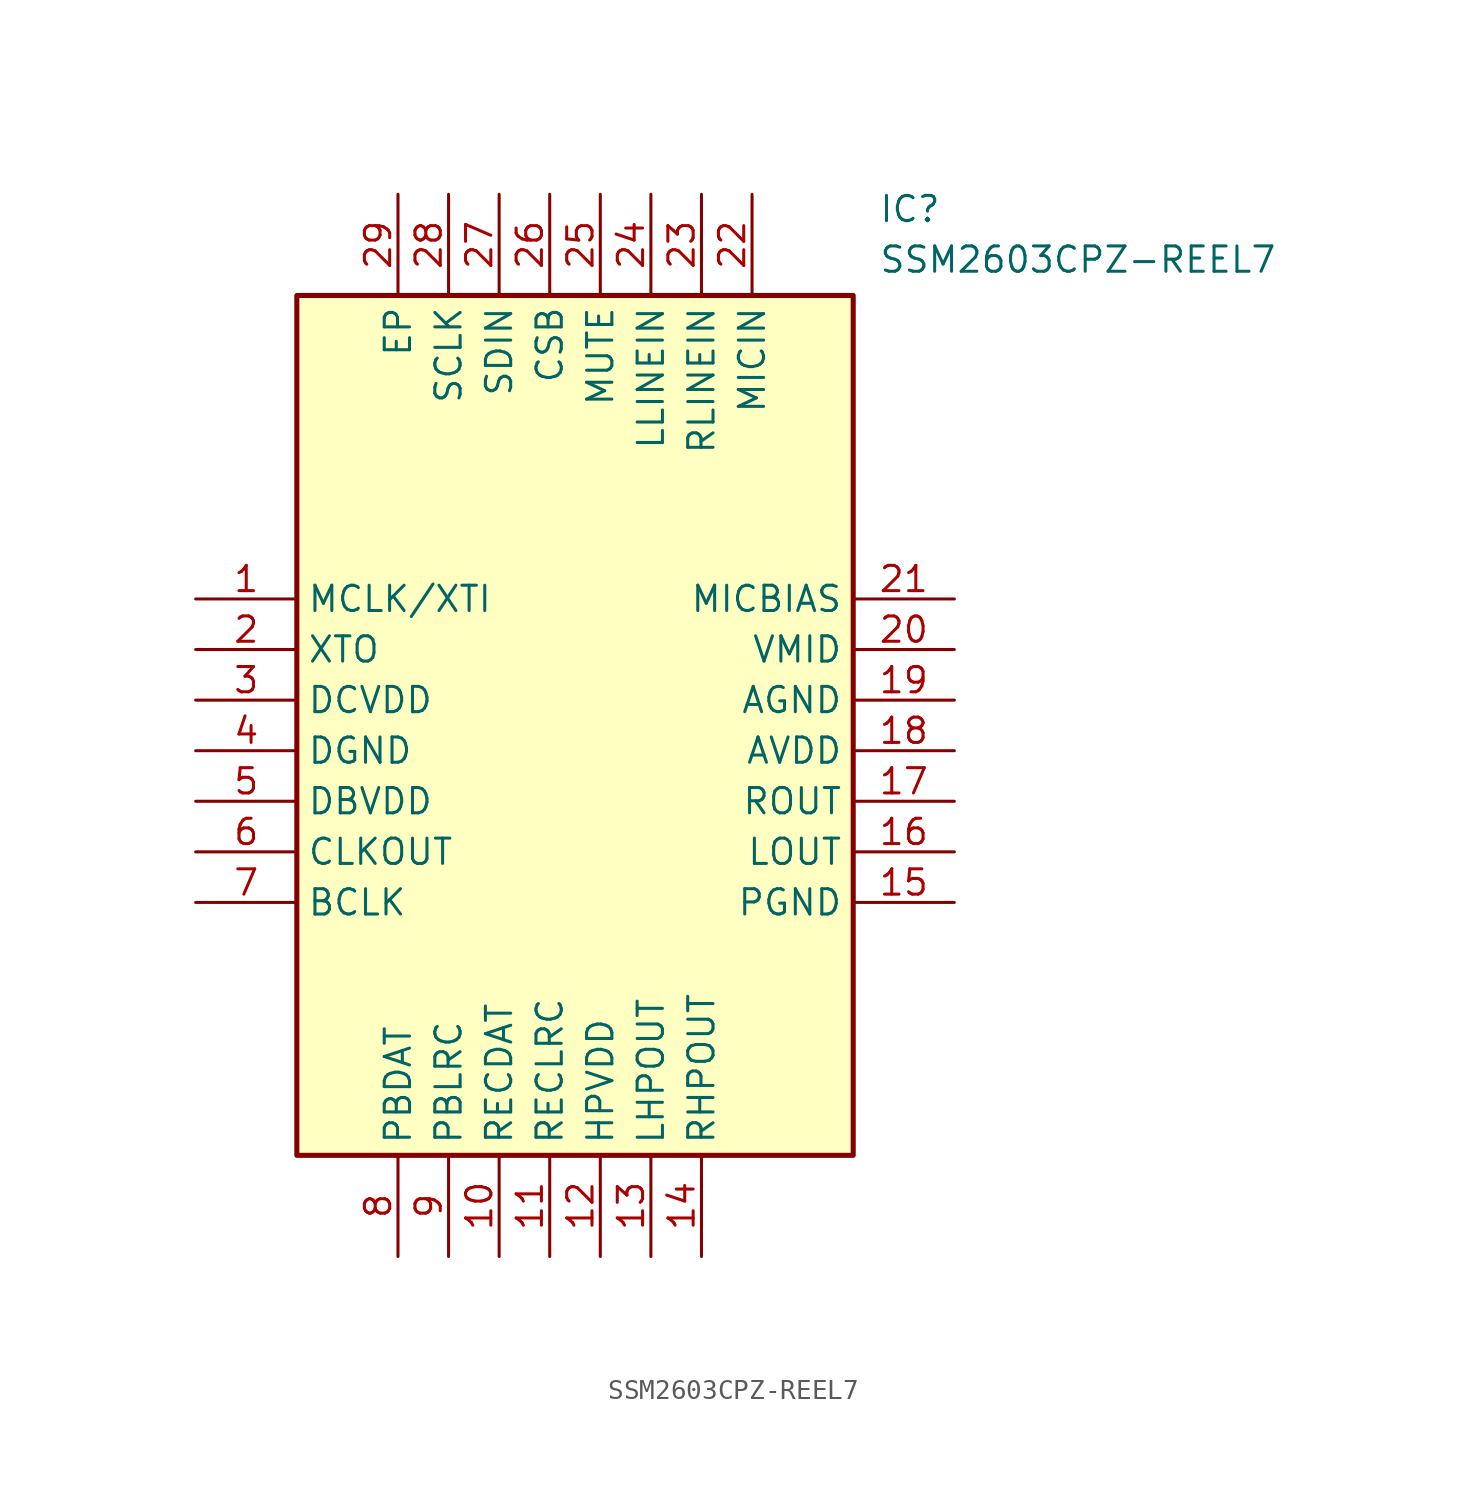
<source format=kicad_sym>
(kicad_symbol_lib
  (version 20211014)
  (generator SamacSys_ECAD_Model)
  (symbol "SSM2603CPZ-REEL7"
    (property "Reference" "IC"
      (at 34.29 20.32 0)
      (effects (font (size 1.27 1.27)) (justify left top)))
    (property "Value" "SSM2603CPZ-REEL7"
      (at 34.29 17.78 0)
      (effects (font (size 1.27 1.27)) (justify left top)))
    (rectangle
      (start 5.08 15.24)
      (end 33.02 -27.94)
      (stroke (width 0.254) (type default))
      (fill (type background)))
    (pin passive line
      (at 0 0 0)
      (length 5.08)
      (name "MCLK/XTI" (effects (font (size 1.27 1.27))))
      (number "1" (effects (font (size 1.27 1.27)))))
    (pin passive line
      (at 0 -2.54 0)
      (length 5.08)
      (name "XTO" (effects (font (size 1.27 1.27))))
      (number "2" (effects (font (size 1.27 1.27)))))
    (pin passive line
      (at 0 -5.08 0)
      (length 5.08)
      (name "DCVDD" (effects (font (size 1.27 1.27))))
      (number "3" (effects (font (size 1.27 1.27)))))
    (pin passive line
      (at 0 -7.62 0)
      (length 5.08)
      (name "DGND" (effects (font (size 1.27 1.27))))
      (number "4" (effects (font (size 1.27 1.27)))))
    (pin passive line
      (at 0 -10.16 0)
      (length 5.08)
      (name "DBVDD" (effects (font (size 1.27 1.27))))
      (number "5" (effects (font (size 1.27 1.27)))))
    (pin passive line
      (at 0 -12.7 0)
      (length 5.08)
      (name "CLKOUT" (effects (font (size 1.27 1.27))))
      (number "6" (effects (font (size 1.27 1.27)))))
    (pin passive line
      (at 0 -15.24 0)
      (length 5.08)
      (name "BCLK" (effects (font (size 1.27 1.27))))
      (number "7" (effects (font (size 1.27 1.27)))))
    (pin passive line
      (at 10.16 -33.02 90)
      (length 5.08)
      (name "PBDAT" (effects (font (size 1.27 1.27))))
      (number "8" (effects (font (size 1.27 1.27)))))
    (pin passive line
      (at 12.7 -33.02 90)
      (length 5.08)
      (name "PBLRC" (effects (font (size 1.27 1.27))))
      (number "9" (effects (font (size 1.27 1.27)))))
    (pin passive line
      (at 15.24 -33.02 90)
      (length 5.08)
      (name "RECDAT" (effects (font (size 1.27 1.27))))
      (number "10" (effects (font (size 1.27 1.27)))))
    (pin passive line
      (at 17.78 -33.02 90)
      (length 5.08)
      (name "RECLRC" (effects (font (size 1.27 1.27))))
      (number "11" (effects (font (size 1.27 1.27)))))
    (pin passive line
      (at 20.32 -33.02 90)
      (length 5.08)
      (name "HPVDD" (effects (font (size 1.27 1.27))))
      (number "12" (effects (font (size 1.27 1.27)))))
    (pin passive line
      (at 22.86 -33.02 90)
      (length 5.08)
      (name "LHPOUT" (effects (font (size 1.27 1.27))))
      (number "13" (effects (font (size 1.27 1.27)))))
    (pin passive line
      (at 25.4 -33.02 90)
      (length 5.08)
      (name "RHPOUT" (effects (font (size 1.27 1.27))))
      (number "14" (effects (font (size 1.27 1.27)))))
    (pin passive line
      (at 38.1 0 180)
      (length 5.08)
      (name "MICBIAS" (effects (font (size 1.27 1.27))))
      (number "21" (effects (font (size 1.27 1.27)))))
    (pin passive line
      (at 38.1 -2.54 180)
      (length 5.08)
      (name "VMID" (effects (font (size 1.27 1.27))))
      (number "20" (effects (font (size 1.27 1.27)))))
    (pin passive line
      (at 38.1 -5.08 180)
      (length 5.08)
      (name "AGND" (effects (font (size 1.27 1.27))))
      (number "19" (effects (font (size 1.27 1.27)))))
    (pin passive line
      (at 38.1 -7.62 180)
      (length 5.08)
      (name "AVDD" (effects (font (size 1.27 1.27))))
      (number "18" (effects (font (size 1.27 1.27)))))
    (pin passive line
      (at 38.1 -10.16 180)
      (length 5.08)
      (name "ROUT" (effects (font (size 1.27 1.27))))
      (number "17" (effects (font (size 1.27 1.27)))))
    (pin passive line
      (at 38.1 -12.7 180)
      (length 5.08)
      (name "LOUT" (effects (font (size 1.27 1.27))))
      (number "16" (effects (font (size 1.27 1.27)))))
    (pin passive line
      (at 38.1 -15.24 180)
      (length 5.08)
      (name "PGND" (effects (font (size 1.27 1.27))))
      (number "15" (effects (font (size 1.27 1.27)))))
    (pin passive line
      (at 10.16 20.32 270)
      (length 5.08)
      (name "EP" (effects (font (size 1.27 1.27))))
      (number "29" (effects (font (size 1.27 1.27)))))
    (pin passive line
      (at 12.7 20.32 270)
      (length 5.08)
      (name "SCLK" (effects (font (size 1.27 1.27))))
      (number "28" (effects (font (size 1.27 1.27)))))
    (pin passive line
      (at 15.24 20.32 270)
      (length 5.08)
      (name "SDIN" (effects (font (size 1.27 1.27))))
      (number "27" (effects (font (size 1.27 1.27)))))
    (pin passive line
      (at 17.78 20.32 270)
      (length 5.08)
      (name "CSB" (effects (font (size 1.27 1.27))))
      (number "26" (effects (font (size 1.27 1.27)))))
    (pin passive line
      (at 20.32 20.32 270)
      (length 5.08)
      (name "MUTE" (effects (font (size 1.27 1.27))))
      (number "25" (effects (font (size 1.27 1.27)))))
    (pin passive line
      (at 22.86 20.32 270)
      (length 5.08)
      (name "LLINEIN" (effects (font (size 1.27 1.27))))
      (number "24" (effects (font (size 1.27 1.27)))))
    (pin passive line
      (at 25.4 20.32 270)
      (length 5.08)
      (name "RLINEIN" (effects (font (size 1.27 1.27))))
      (number "23" (effects (font (size 1.27 1.27)))))
    (pin passive line
      (at 27.94 20.32 270)
      (length 5.08)
      (name "MICIN" (effects (font (size 1.27 1.27))))
      (number "22" (effects (font (size 1.27 1.27)))))))
</source>
